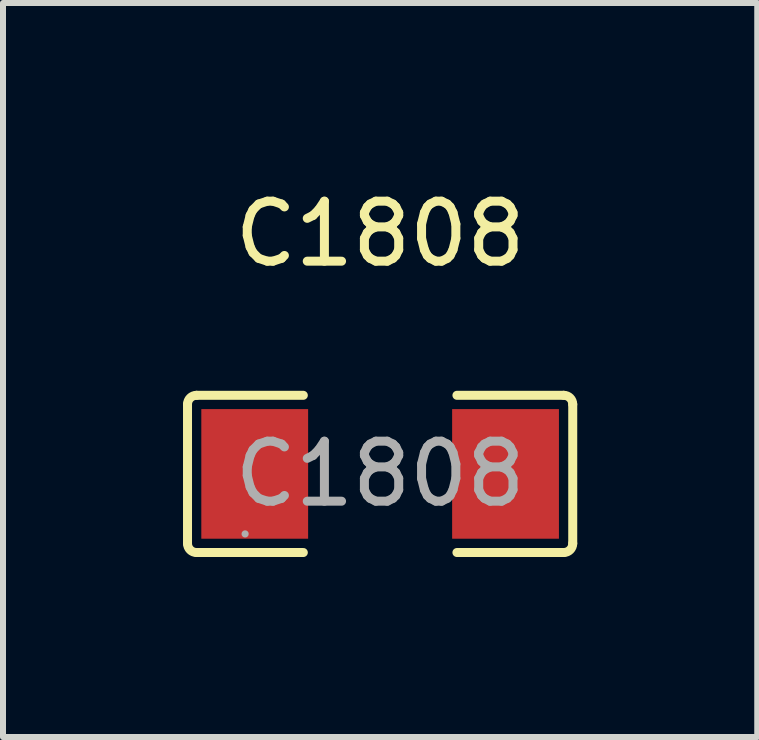
<source format=kicad_pcb>
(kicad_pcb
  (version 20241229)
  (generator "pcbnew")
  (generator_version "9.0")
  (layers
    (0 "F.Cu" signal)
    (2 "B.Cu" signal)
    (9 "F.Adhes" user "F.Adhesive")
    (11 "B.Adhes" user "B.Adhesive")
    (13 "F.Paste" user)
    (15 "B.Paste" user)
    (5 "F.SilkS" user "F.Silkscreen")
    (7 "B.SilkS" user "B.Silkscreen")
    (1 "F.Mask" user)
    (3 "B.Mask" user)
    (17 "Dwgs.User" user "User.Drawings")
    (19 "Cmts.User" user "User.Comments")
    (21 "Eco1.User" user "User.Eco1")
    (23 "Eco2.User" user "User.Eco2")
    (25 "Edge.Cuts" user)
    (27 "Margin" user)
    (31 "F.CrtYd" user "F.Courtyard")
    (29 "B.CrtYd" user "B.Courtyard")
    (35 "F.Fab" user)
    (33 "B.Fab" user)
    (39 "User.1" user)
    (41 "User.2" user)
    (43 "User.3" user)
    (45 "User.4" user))
  (footprint "C1808"
    (layer "F.Cu")
    (at 3.285 4.848)
    (property "Reference" "C1808" (at 0 -4 0) (layer "F.SilkS") (effects (font (size 1 1) (thickness 0.15))))
    (attr through_hole)
    (fp_line (start -3.21 -1.16) (end -3.21 1.16) (stroke (width 0.15) (type solid)) (layer "F.SilkS"))
    (fp_line (start -3.06 1.31) (end -1.28 1.31) (stroke (width 0.15) (type solid)) (layer "F.SilkS"))
    (fp_line (start -1.28 -1.31) (end -3.06 -1.31) (stroke (width 0.15) (type solid)) (layer "F.SilkS"))
    (fp_line (start 1.28 -1.31) (end 3.06 -1.31) (stroke (width 0.15) (type solid)) (layer "F.SilkS"))
    (fp_line (start 3.06 1.31) (end 1.28 1.31) (stroke (width 0.15) (type solid)) (layer "F.SilkS"))
    (fp_line (start 3.21 -1.16) (end 3.21 1.16) (stroke (width 0.15) (type solid)) (layer "F.SilkS"))
    (fp_arc (start -3.21 -1.16) (mid -3.166066 -1.266066) (end -3.06 -1.31) (stroke (width 0.15) (type solid)) (layer "F.SilkS"))
    (fp_arc (start -3.06 1.31) (mid -3.166066 1.266066) (end -3.21 1.16) (stroke (width 0.15) (type solid)) (layer "F.SilkS"))
    (fp_arc (start 3.06 -1.31) (mid 3.166066 -1.266066) (end 3.21 -1.16) (stroke (width 0.15) (type solid)) (layer "F.SilkS"))
    (fp_arc (start 3.21 1.16) (mid 3.166066 1.266066) (end 3.06 1.31) (stroke (width 0.15) (type solid)) (layer "F.SilkS"))
    (fp_circle (center -2.25 1) (end -2.22 1) (stroke (width 0.06) (type solid)) (fill no) (layer "F.Fab"))
    (fp_text user "${REFERENCE}" (at 0 0 0) (layer "F.Fab") (effects (font (size 1 1) (thickness 0.15))))
    (pad "1" smd rect (at -2.09 0) (size 1.78 2.16) (layers "F.Cu" "F.Mask" "F.Paste"))
    (pad "2" smd rect (at 2.09 0) (size 1.78 2.16) (layers "F.Cu" "F.Mask" "F.Paste")))
  (gr_rect
    (start -3 -3)
    (end 9.57 9.233)
    (stroke (width 0.1) (type default))
    (fill no)
    (layer "Edge.Cuts")))
</source>
